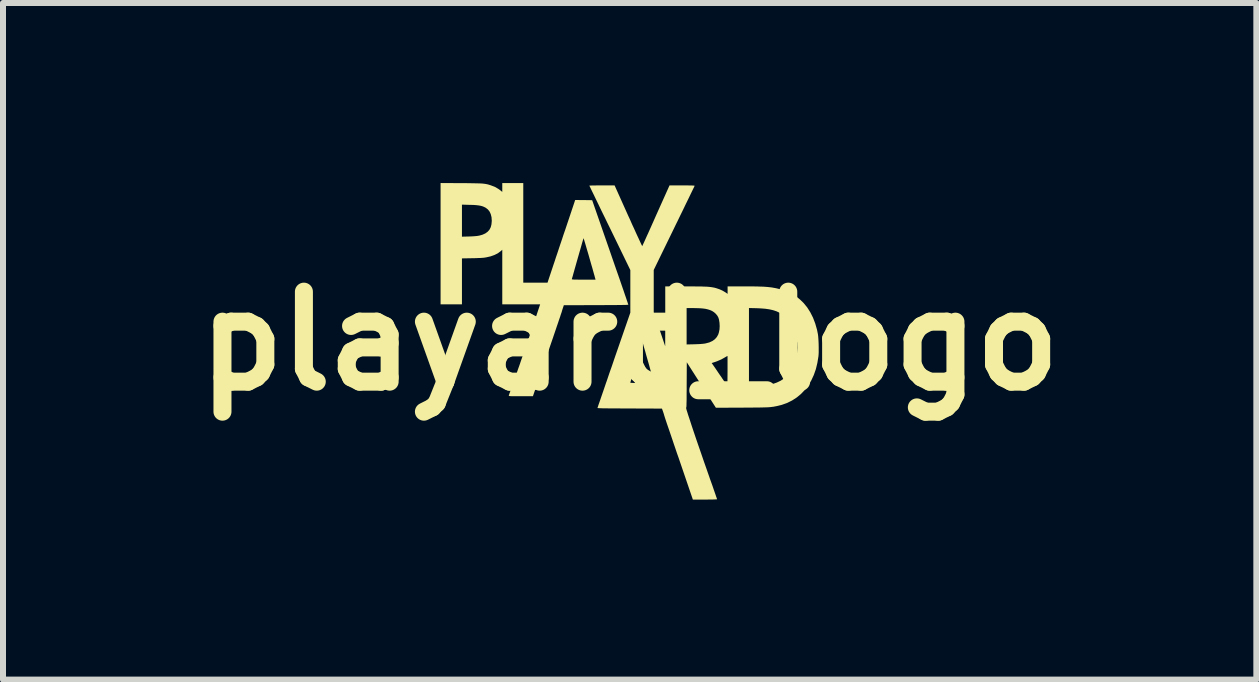
<source format=kicad_pcb>
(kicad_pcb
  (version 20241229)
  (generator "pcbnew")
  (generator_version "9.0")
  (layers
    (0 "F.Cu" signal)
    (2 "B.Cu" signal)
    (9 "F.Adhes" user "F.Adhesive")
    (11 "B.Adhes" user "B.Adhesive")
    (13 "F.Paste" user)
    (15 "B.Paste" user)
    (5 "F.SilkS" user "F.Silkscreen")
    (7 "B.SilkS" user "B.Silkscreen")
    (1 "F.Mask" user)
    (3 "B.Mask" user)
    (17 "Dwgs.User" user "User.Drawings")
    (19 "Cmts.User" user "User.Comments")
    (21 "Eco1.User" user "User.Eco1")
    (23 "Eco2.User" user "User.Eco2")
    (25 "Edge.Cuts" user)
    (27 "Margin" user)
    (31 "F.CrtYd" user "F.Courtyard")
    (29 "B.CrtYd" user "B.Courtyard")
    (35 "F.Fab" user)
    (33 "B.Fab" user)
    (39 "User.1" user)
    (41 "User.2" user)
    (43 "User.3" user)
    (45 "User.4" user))
  (footprint "playard_logo"
    (layer "F.Cu")
    (at 7.443 2.632)
    (property "Reference" "playard_logo" (at 0 0 0) (layer "F.SilkS") (effects (font (size 1.5 1.5) (thickness 0.3))))
    (attr board_only exclude_from_pos_files exclude_from_bom)
    (fp_poly (pts (xy -2.808 -2.63) (xy -2.731 -2.63) (xy -2.665 -2.629) (xy -2.608 -2.628) (xy -2.559 -2.627) (xy -2.517 -2.626) (xy -2.482 -2.625) (xy -2.452 -2.623) (xy -2.426 -2.62) (xy -2.403 -2.617) (xy -2.383 -2.613) (xy -2.363 -2.609) (xy -2.344 -2.603) (xy -2.324 -2.597) (xy -2.307 -2.591) (xy -2.243 -2.566) (xy -2.188 -2.534) (xy -2.155 -2.51) (xy -2.123 -2.484) (xy -2.123 -2.558) (xy -2.123 -2.631) (xy -1.948 -2.631) (xy -1.773 -2.631) (xy -1.773 -1.801) (xy -1.773 -0.971) (xy -1.571 -0.971) (xy -1.369 -0.971) (xy -1.35 -1.029) (xy -0.964 -1.029) (xy -0.963 -1.027) (xy -0.956 -1.026) (xy -0.943 -1.024) (xy -0.924 -1.023) (xy -0.896 -1.023) (xy -0.859 -1.022) (xy -0.813 -1.022) (xy -0.768 -1.022) (xy -0.569 -1.022) (xy -0.572 -1.035) (xy -0.579 -1.059) (xy -0.587 -1.09) (xy -0.598 -1.128) (xy -0.61 -1.171) (xy -0.623 -1.218) (xy -0.638 -1.269) (xy -0.653 -1.321) (xy -0.668 -1.374) (xy -0.683 -1.427) (xy -0.698 -1.478) (xy -0.713 -1.528) (xy -0.726 -1.573) (xy -0.738 -1.614) (xy -0.749 -1.65) (xy -0.757 -1.678) (xy -0.764 -1.699) (xy -0.768 -1.71) (xy -0.769 -1.712) (xy -0.771 -1.706) (xy -0.776 -1.69) (xy -0.783 -1.665) (xy -0.793 -1.632) (xy -0.804 -1.592) (xy -0.817 -1.546) (xy -0.832 -1.495) (xy -0.848 -1.439) (xy -0.865 -1.38) (xy -0.867 -1.372) (xy -0.884 -1.313) (xy -0.9 -1.256) (xy -0.915 -1.204) (xy -0.928 -1.157) (xy -0.94 -1.115) (xy -0.949 -1.081) (xy -0.957 -1.055) (xy -0.962 -1.037) (xy -0.964 -1.029) (xy -0.964 -1.029) (xy -1.35 -1.029) (xy -1.285 -1.224) (xy -1.269 -1.272) (xy -1.25 -1.328) (xy -1.229 -1.393) (xy -1.205 -1.463) (xy -1.18 -1.539) (xy -1.154 -1.617) (xy -1.127 -1.696) (xy -1.101 -1.776) (xy -1.074 -1.853) (xy -1.054 -1.913) (xy -0.908 -2.349) (xy -0.766 -2.348) (xy -0.625 -2.346) (xy -0.324 -1.48) (xy -0.291 -1.384) (xy -0.259 -1.292) (xy -0.228 -1.202) (xy -0.198 -1.117) (xy -0.17 -1.037) (xy -0.144 -0.961) (xy -0.12 -0.891) (xy -0.098 -0.828) (xy -0.079 -0.771) (xy -0.062 -0.722) (xy -0.048 -0.68) (xy -0.037 -0.648) (xy -0.029 -0.624) (xy -0.024 -0.61) (xy -0.023 -0.606) (xy -0.025 -0.604) (xy -0.032 -0.603) (xy -0.044 -0.602) (xy -0.061 -0.601) (xy -0.086 -0.601) (xy -0.117 -0.6) (xy -0.155 -0.599) (xy -0.202 -0.599) (xy -0.257 -0.598) (xy -0.321 -0.598) (xy -0.395 -0.598) (xy -0.479 -0.597) (xy -0.56 -0.597) (xy -1.097 -0.596) (xy -1.113 -0.548) (xy -1.121 -0.524) (xy -1.127 -0.504) (xy -1.131 -0.489) (xy -1.132 -0.486) (xy -1.134 -0.479) (xy -1.14 -0.462) (xy -1.149 -0.436) (xy -1.16 -0.401) (xy -1.175 -0.358) (xy -1.192 -0.307) (xy -1.212 -0.249) (xy -1.233 -0.186) (xy -1.257 -0.116) (xy -1.282 -0.042) (xy -1.309 0.036) (xy -1.337 0.118) (xy -1.366 0.203) (xy -1.373 0.224) (xy -1.612 0.92) (xy -1.815 0.92) (xy -1.868 0.92) (xy -1.911 0.92) (xy -1.945 0.92) (xy -1.97 0.92) (xy -1.989 0.919) (xy -2.002 0.918) (xy -2.01 0.916) (xy -2.014 0.915) (xy -2.015 0.912) (xy -2.015 0.911) (xy -2.012 0.904) (xy -2.007 0.887) (xy -1.998 0.862) (xy -1.986 0.828) (xy -1.972 0.787) (xy -1.955 0.739) (xy -1.936 0.685) (xy -1.916 0.627) (xy -1.894 0.565) (xy -1.87 0.499) (xy -1.861 0.472) (xy -1.833 0.394) (xy -1.805 0.311) (xy -1.775 0.226) (xy -1.745 0.138) (xy -1.715 0.052) (xy -1.686 -0.033) (xy -1.658 -0.113) (xy -1.633 -0.187) (xy -1.611 -0.253) (xy -1.601 -0.284) (xy -1.492 -0.61) (xy -1.807 -0.61) (xy -2.123 -0.61) (xy -2.123 -1.065) (xy -2.123 -1.52) (xy -2.15 -1.496) (xy -2.197 -1.461) (xy -2.253 -1.433) (xy -2.317 -1.41) (xy -2.388 -1.394) (xy -2.41 -1.39) (xy -2.433 -1.387) (xy -2.459 -1.385) (xy -2.488 -1.383) (xy -2.524 -1.382) (xy -2.567 -1.38) (xy -2.619 -1.379) (xy -2.624 -1.379) (xy -2.795 -1.376) (xy -2.795 -0.993) (xy -2.795 -0.61) (xy -2.973 -0.61) (xy -3.151 -0.61) (xy -3.151 -1.621) (xy -3.151 -2.272) (xy -2.795 -2.272) (xy -2.795 -2.005) (xy -2.795 -1.738) (xy -2.678 -1.741) (xy -2.625 -1.743) (xy -2.582 -1.746) (xy -2.547 -1.749) (xy -2.518 -1.754) (xy -2.509 -1.755) (xy -2.452 -1.771) (xy -2.404 -1.793) (xy -2.366 -1.821) (xy -2.336 -1.855) (xy -2.315 -1.896) (xy -2.303 -1.944) (xy -2.298 -2) (xy -2.298 -2.004) (xy -2.302 -2.063) (xy -2.315 -2.114) (xy -2.335 -2.157) (xy -2.364 -2.193) (xy -2.401 -2.221) (xy -2.419 -2.23) (xy -2.443 -2.241) (xy -2.468 -2.249) (xy -2.495 -2.255) (xy -2.526 -2.26) (xy -2.564 -2.264) (xy -2.608 -2.267) (xy -2.662 -2.268) (xy -2.667 -2.268) (xy -2.795 -2.272) (xy -3.151 -2.272) (xy -3.151 -2.632)) (stroke (width 0) (type solid)) (fill yes) (layer "F.SilkS"))
    (fp_poly (pts (xy -0.251 -2.592) (xy -0.023 -2.084) (xy 0.01 -2.013) (xy 0.04 -1.944) (xy 0.07 -1.88) (xy 0.097 -1.82) (xy 0.122 -1.765) (xy 0.145 -1.716) (xy 0.165 -1.673) (xy 0.181 -1.638) (xy 0.194 -1.61) (xy 0.204 -1.591) (xy 0.209 -1.581) (xy 0.21 -1.58) (xy 0.212 -1.586) (xy 0.219 -1.601) (xy 0.23 -1.625) (xy 0.245 -1.657) (xy 0.263 -1.697) (xy 0.284 -1.744) (xy 0.308 -1.796) (xy 0.334 -1.854) (xy 0.362 -1.917) (xy 0.392 -1.984) (xy 0.423 -2.054) (xy 0.438 -2.088) (xy 0.664 -2.592) (xy 0.874 -2.592) (xy 0.929 -2.592) (xy 0.974 -2.592) (xy 1.009 -2.591) (xy 1.036 -2.591) (xy 1.056 -2.59) (xy 1.07 -2.589) (xy 1.078 -2.588) (xy 1.082 -2.586) (xy 1.082 -2.584) (xy 1.082 -2.584) (xy 1.079 -2.578) (xy 1.072 -2.562) (xy 1.06 -2.538) (xy 1.044 -2.505) (xy 1.024 -2.464) (xy 1.001 -2.416) (xy 0.975 -2.362) (xy 0.945 -2.301) (xy 0.913 -2.235) (xy 0.879 -2.164) (xy 0.842 -2.089) (xy 0.804 -2.01) (xy 0.764 -1.929) (xy 0.74 -1.879) (xy 0.401 -1.183) (xy 0.401 -0.829) (xy 0.401 -0.476) (xy 0.497 -0.194) (xy 0.592 0.088) (xy 0.593 -0.411) (xy 0.593 -0.548) (xy 0.949 -0.548) (xy 0.949 -0.245) (xy 0.949 0.058) (xy 1.083 0.055) (xy 1.135 0.053) (xy 1.177 0.051) (xy 1.212 0.048) (xy 1.24 0.045) (xy 1.264 0.041) (xy 1.268 0.04) (xy 1.328 0.024) (xy 1.378 0.001) (xy 1.42 -0.029) (xy 1.452 -0.065) (xy 1.476 -0.108) (xy 1.487 -0.143) (xy 1.497 -0.193) (xy 1.5 -0.248) (xy 1.497 -0.303) (xy 1.489 -0.354) (xy 1.479 -0.388) (xy 1.462 -0.42) (xy 1.437 -0.451) (xy 1.406 -0.479) (xy 1.373 -0.5) (xy 1.371 -0.501) (xy 1.339 -0.515) (xy 1.304 -0.526) (xy 1.266 -0.535) (xy 1.223 -0.541) (xy 1.174 -0.545) (xy 1.116 -0.547) (xy 1.063 -0.548) (xy 0.949 -0.548) (xy 0.593 -0.548) (xy 0.593 -0.549) (xy 1.988 -0.549) (xy 1.988 0.102) (xy 1.988 0.753) (xy 2.111 0.749) (xy 2.172 0.747) (xy 2.223 0.744) (xy 2.266 0.74) (xy 2.298 0.735) (xy 2.38 0.717) (xy 2.452 0.693) (xy 2.517 0.662) (xy 2.573 0.625) (xy 2.623 0.579) (xy 2.667 0.526) (xy 2.706 0.463) (xy 2.719 0.438) (xy 2.751 0.361) (xy 2.774 0.281) (xy 2.789 0.199) (xy 2.794 0.116) (xy 2.792 0.033) (xy 2.78 -0.048) (xy 2.761 -0.127) (xy 2.734 -0.202) (xy 2.698 -0.271) (xy 2.655 -0.335) (xy 2.624 -0.371) (xy 2.583 -0.411) (xy 2.54 -0.444) (xy 2.494 -0.472) (xy 2.445 -0.495) (xy 2.39 -0.513) (xy 2.328 -0.527) (xy 2.259 -0.537) (xy 2.181 -0.543) (xy 2.113 -0.546) (xy 1.988 -0.549) (xy 0.593 -0.549) (xy 0.593 -0.909) (xy 0.931 -0.909) (xy 1.011 -0.909) (xy 1.081 -0.909) (xy 1.141 -0.908) (xy 1.193 -0.908) (xy 1.237 -0.906) (xy 1.276 -0.905) (xy 1.308 -0.903) (xy 1.337 -0.9) (xy 1.362 -0.897) (xy 1.385 -0.893) (xy 1.407 -0.889) (xy 1.428 -0.884) (xy 1.448 -0.878) (xy 1.498 -0.861) (xy 1.547 -0.839) (xy 1.591 -0.813) (xy 1.605 -0.804) (xy 1.632 -0.785) (xy 1.632 -0.847) (xy 1.632 -0.909) (xy 1.92 -0.909) (xy 1.999 -0.909) (xy 2.068 -0.909) (xy 2.128 -0.908) (xy 2.181 -0.906) (xy 2.227 -0.905) (xy 2.268 -0.902) (xy 2.305 -0.899) (xy 2.34 -0.895) (xy 2.373 -0.891) (xy 2.405 -0.885) (xy 2.439 -0.879) (xy 2.443 -0.878) (xy 2.537 -0.855) (xy 2.622 -0.825) (xy 2.7 -0.788) (xy 2.772 -0.744) (xy 2.837 -0.692) (xy 2.897 -0.634) (xy 2.958 -0.56) (xy 3.01 -0.478) (xy 3.055 -0.389) (xy 3.092 -0.292) (xy 3.122 -0.187) (xy 3.137 -0.113) (xy 3.141 -0.083) (xy 3.144 -0.045) (xy 3.147 -0.000025) (xy 3.149 0.049) (xy 3.15 0.098) (xy 3.15 0.147) (xy 3.15 0.192) (xy 3.148 0.231) (xy 3.146 0.255) (xy 3.128 0.365) (xy 3.103 0.469) (xy 3.069 0.566) (xy 3.027 0.657) (xy 2.977 0.739) (xy 2.92 0.815) (xy 2.856 0.882) (xy 2.785 0.941) (xy 2.708 0.991) (xy 2.624 1.033) (xy 2.534 1.065) (xy 2.458 1.084) (xy 2.436 1.088) (xy 2.415 1.092) (xy 2.396 1.096) (xy 2.376 1.098) (xy 2.356 1.101) (xy 2.333 1.103) (xy 2.308 1.105) (xy 2.279 1.106) (xy 2.245 1.107) (xy 2.205 1.108) (xy 2.16 1.109) (xy 2.106 1.109) (xy 2.045 1.11) (xy 1.974 1.11) (xy 1.893 1.111) (xy 1.875 1.111) (xy 1.437 1.113) (xy 1.194 0.734) (xy 0.96 0.368) (xy 1.367 0.368) (xy 1.413 0.434) (xy 1.429 0.457) (xy 1.45 0.488) (xy 1.474 0.524) (xy 1.5 0.562) (xy 1.527 0.6) (xy 1.543 0.625) (xy 1.629 0.749) (xy 1.631 0.501) (xy 1.631 0.449) (xy 1.631 0.401) (xy 1.631 0.357) (xy 1.631 0.319) (xy 1.631 0.289) (xy 1.631 0.266) (xy 1.63 0.253) (xy 1.63 0.25) (xy 1.624 0.252) (xy 1.612 0.259) (xy 1.595 0.269) (xy 1.592 0.271) (xy 1.528 0.307) (xy 1.456 0.338) (xy 1.422 0.35) (xy 1.367 0.368) (xy 0.96 0.368) (xy 0.952 0.355) (xy 0.95 0.734) (xy 0.95 0.809) (xy 0.949 0.874) (xy 0.949 0.93) (xy 0.949 0.976) (xy 0.948 1.014) (xy 0.947 1.044) (xy 0.947 1.068) (xy 0.946 1.086) (xy 0.945 1.099) (xy 0.944 1.107) (xy 0.942 1.111) (xy 0.941 1.112) (xy 0.94 1.112) (xy 0.941 1.118) (xy 0.944 1.133) (xy 0.951 1.158) (xy 0.962 1.192) (xy 0.975 1.235) (xy 0.992 1.285) (xy 1.011 1.343) (xy 1.032 1.408) (xy 1.056 1.48) (xy 1.082 1.557) (xy 1.11 1.64) (xy 1.14 1.727) (xy 1.172 1.819) (xy 1.205 1.915) (xy 1.239 2.014) (xy 1.275 2.116) (xy 1.311 2.22) (xy 1.318 2.239) (xy 1.34 2.303) (xy 1.362 2.364) (xy 1.382 2.42) (xy 1.4 2.473) (xy 1.416 2.519) (xy 1.43 2.559) (xy 1.441 2.592) (xy 1.45 2.617) (xy 1.455 2.632) (xy 1.457 2.638) (xy 1.451 2.639) (xy 1.436 2.64) (xy 1.412 2.641) (xy 1.38 2.642) (xy 1.342 2.642) (xy 1.299 2.643) (xy 1.255 2.643) (xy 1.053 2.643) (xy 0.815 1.946) (xy 0.785 1.861) (xy 0.757 1.778) (xy 0.73 1.699) (xy 0.705 1.624) (xy 0.681 1.554) (xy 0.659 1.489) (xy 0.639 1.431) (xy 0.621 1.379) (xy 0.606 1.334) (xy 0.594 1.298) (xy 0.585 1.27) (xy 0.579 1.251) (xy 0.576 1.242) (xy 0.576 1.242) (xy 0.574 1.233) (xy 0.569 1.217) (xy 0.562 1.195) (xy 0.557 1.18) (xy 0.538 1.127) (xy 0.001 1.125) (xy -0.095 1.125) (xy -0.18 1.124) (xy -0.254 1.124) (xy -0.319 1.124) (xy -0.374 1.123) (xy -0.42 1.123) (xy -0.458 1.122) (xy -0.487 1.121) (xy -0.51 1.12) (xy -0.525 1.119) (xy -0.534 1.118) (xy -0.536 1.117) (xy -0.535 1.111) (xy -0.529 1.095) (xy -0.521 1.069) (xy -0.509 1.035) (xy -0.494 0.992) (xy -0.477 0.942) (xy -0.457 0.884) (xy -0.435 0.82) (xy -0.411 0.75) (xy -0.393 0.696) (xy 0.011 0.696) (xy 0.017 0.697) (xy 0.032 0.698) (xy 0.056 0.699) (xy 0.088 0.699) (xy 0.126 0.7) (xy 0.169 0.7) (xy 0.209 0.7) (xy 0.262 0.7) (xy 0.304 0.7) (xy 0.337 0.7) (xy 0.363 0.699) (xy 0.381 0.699) (xy 0.393 0.698) (xy 0.4 0.696) (xy 0.404 0.694) (xy 0.405 0.692) (xy 0.404 0.69) (xy 0.402 0.683) (xy 0.398 0.666) (xy 0.39 0.64) (xy 0.381 0.606) (xy 0.369 0.566) (xy 0.356 0.519) (xy 0.341 0.466) (xy 0.326 0.41) (xy 0.309 0.351) (xy 0.307 0.344) (xy 0.29 0.285) (xy 0.274 0.229) (xy 0.26 0.177) (xy 0.246 0.13) (xy 0.234 0.089) (xy 0.225 0.055) (xy 0.217 0.029) (xy 0.212 0.012) (xy 0.209 0.005) (xy 0.209 0.005) (xy 0.207 0.009) (xy 0.203 0.024) (xy 0.196 0.047) (xy 0.187 0.078) (xy 0.176 0.115) (xy 0.163 0.157) (xy 0.15 0.204) (xy 0.135 0.254) (xy 0.12 0.306) (xy 0.105 0.359) (xy 0.09 0.411) (xy 0.075 0.463) (xy 0.061 0.512) (xy 0.049 0.557) (xy 0.037 0.598) (xy 0.027 0.634) (xy 0.02 0.662) (xy 0.014 0.683) (xy 0.011 0.694) (xy 0.011 0.696) (xy -0.393 0.696) (xy -0.385 0.675) (xy -0.358 0.595) (xy -0.329 0.51) (xy -0.298 0.423) (xy -0.267 0.332) (xy -0.263 0.319) (xy 0.011 -0.472) (xy 0.011 -0.827) (xy 0.011 -1.182) (xy -0.33 -1.884) (xy -0.371 -1.967) (xy -0.41 -2.048) (xy -0.448 -2.125) (xy -0.484 -2.199) (xy -0.517 -2.268) (xy -0.548 -2.332) (xy -0.576 -2.39) (xy -0.601 -2.442) (xy -0.623 -2.487) (xy -0.641 -2.524) (xy -0.655 -2.554) (xy -0.665 -2.574) (xy -0.671 -2.586) (xy -0.672 -2.589) (xy -0.667 -2.589) (xy -0.651 -2.59) (xy -0.627 -2.591) (xy -0.595 -2.591) (xy -0.557 -2.592) (xy -0.513 -2.592) (xy -0.466 -2.592) (xy -0.462 -2.592)) (stroke (width 0) (type solid)) (fill yes) (layer "F.SilkS")))
  (gr_rect
    (start -3 -3)
    (end 17.886 8.275)
    (stroke (width 0.1) (type default))
    (fill no)
    (layer "Edge.Cuts")))
</source>
